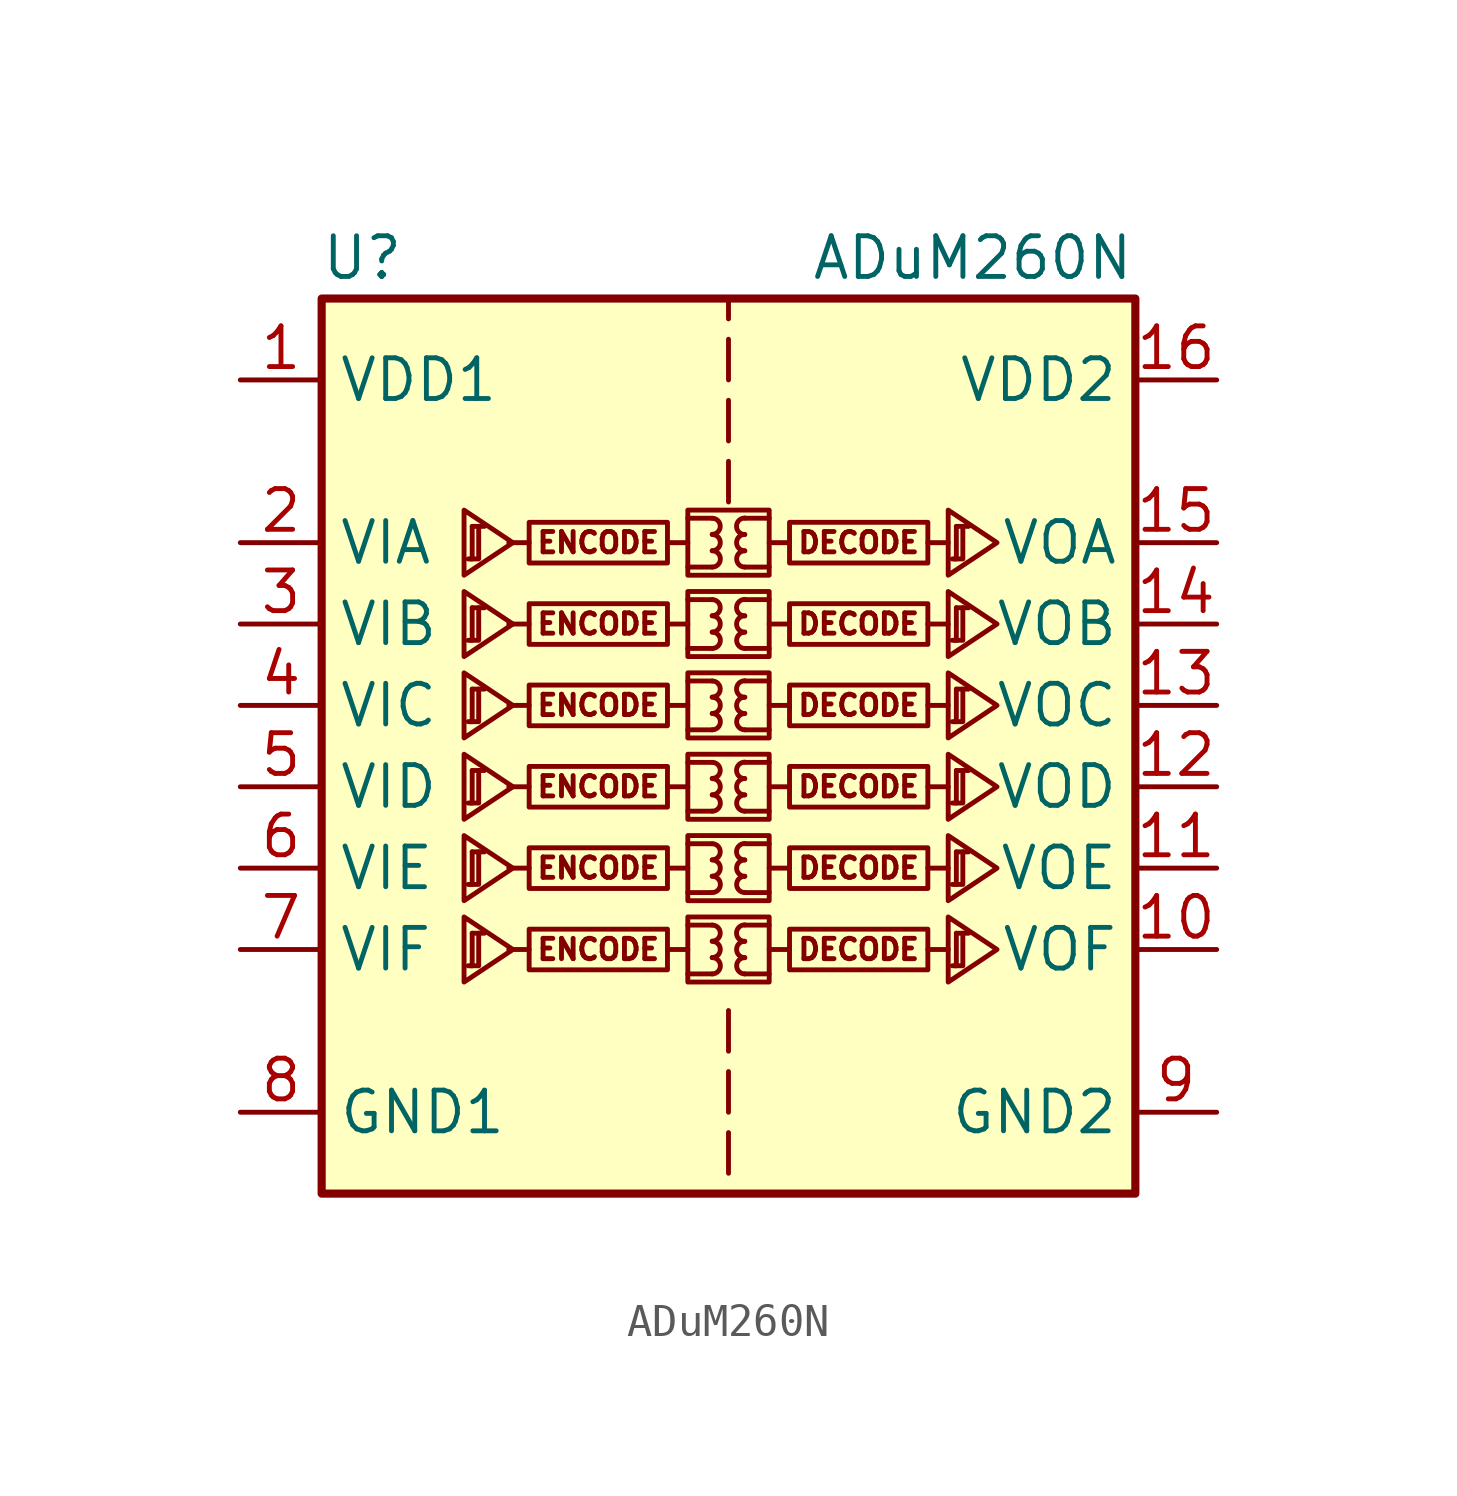
<source format=kicad_sym>
(kicad_symbol_lib
  (version 20200908)
  (generator kicad_symbol_editor)
  (symbol "Isolator:ADuM260N"
    (property "Reference" "U"
      (at -11.43 16.51 0)
      (effects (font (size 1.27 1.27))))
    (property "Value" "ADuM260N"
      (at 7.62 16.51 0)
      (effects (font (size 1.27 1.27))))
    (symbol "ADuM260N_1_0"
      (arc (start -0.508 -5.842) (end -0.508 -5.334) (radius (at -0.508 -5.588) (length 0.254) (angles -89.9 89.9)) (stroke (width 0)) (fill (type none)))
      (arc (start -0.508 -5.334) (end -0.508 -4.826) (radius (at -0.508 -5.08) (length 0.254) (angles -89.9 89.9)) (stroke (width 0)) (fill (type none)))
      (arc (start -0.508 -4.826) (end -0.508 -4.318) (radius (at -0.508 -4.572) (length 0.254) (angles -89.9 89.9)) (stroke (width 0)) (fill (type none)))
      (arc (start -0.508 -3.302) (end -0.508 -2.794) (radius (at -0.508 -3.048) (length 0.254) (angles -89.9 89.9)) (stroke (width 0)) (fill (type none)))
      (arc (start -0.508 -2.794) (end -0.508 -2.286) (radius (at -0.508 -2.54) (length 0.254) (angles -89.9 89.9)) (stroke (width 0)) (fill (type none)))
      (arc (start -0.508 -2.286) (end -0.508 -1.778) (radius (at -0.508 -2.032) (length 0.254) (angles -89.9 89.9)) (stroke (width 0)) (fill (type none)))
      (arc (start -0.508 -0.762) (end -0.508 -0.254) (radius (at -0.508 -0.508) (length 0.254) (angles -89.9 89.9)) (stroke (width 0)) (fill (type none)))
      (arc (start -0.508 -0.254) (end -0.508 0.254) (radius (at -0.508 0) (length 0.254) (angles -89.9 89.9)) (stroke (width 0)) (fill (type none)))
      (arc (start -0.508 0.254) (end -0.508 0.762) (radius (at -0.508 0.508) (length 0.254) (angles -89.9 89.9)) (stroke (width 0)) (fill (type none)))
      (arc (start -0.508 1.778) (end -0.508 2.286) (radius (at -0.508 2.032) (length 0.254) (angles -89.9 89.9)) (stroke (width 0)) (fill (type none)))
      (arc (start -0.508 2.286) (end -0.508 2.794) (radius (at -0.508 2.54) (length 0.254) (angles -89.9 89.9)) (stroke (width 0)) (fill (type none)))
      (arc (start -0.508 2.794) (end -0.508 3.302) (radius (at -0.508 3.048) (length 0.254) (angles -89.9 89.9)) (stroke (width 0)) (fill (type none)))
      (arc (start -0.508 4.318) (end -0.508 4.826) (radius (at -0.508 4.572) (length 0.254) (angles -89.9 89.9)) (stroke (width 0)) (fill (type none)))
      (arc (start -0.508 4.826) (end -0.508 5.334) (radius (at -0.508 5.08) (length 0.254) (angles -89.9 89.9)) (stroke (width 0)) (fill (type none)))
      (arc (start -0.508 5.334) (end -0.508 5.842) (radius (at -0.508 5.588) (length 0.254) (angles -89.9 89.9)) (stroke (width 0)) (fill (type none)))
      (arc (start -0.508 6.858) (end -0.508 7.366) (radius (at -0.508 7.112) (length 0.254) (angles -89.9 89.9)) (stroke (width 0)) (fill (type none)))
      (arc (start -0.508 7.366) (end -0.508 7.874) (radius (at -0.508 7.62) (length 0.254) (angles -89.9 89.9)) (stroke (width 0)) (fill (type none)))
      (arc (start -0.508 7.874) (end -0.508 8.382) (radius (at -0.508 8.128) (length 0.254) (angles -89.9 89.9)) (stroke (width 0)) (fill (type none)))
      (arc (start 0.508 -5.334) (end 0.508 -5.842) (radius (at 0.508 -5.588) (length 0.254) (angles 90.1 -90.1)) (stroke (width 0)) (fill (type none)))
      (arc (start 0.508 -4.826) (end 0.508 -5.334) (radius (at 0.508 -5.08) (length 0.254) (angles 90.1 -90.1)) (stroke (width 0)) (fill (type none)))
      (arc (start 0.508 -4.318) (end 0.508 -4.826) (radius (at 0.508 -4.572) (length 0.254) (angles 90.1 -90.1)) (stroke (width 0)) (fill (type none)))
      (arc (start 0.508 -2.794) (end 0.508 -3.302) (radius (at 0.508 -3.048) (length 0.254) (angles 90.1 -90.1)) (stroke (width 0)) (fill (type none)))
      (arc (start 0.508 -2.286) (end 0.508 -2.794) (radius (at 0.508 -2.54) (length 0.254) (angles 90.1 -90.1)) (stroke (width 0)) (fill (type none)))
      (arc (start 0.508 -1.778) (end 0.508 -2.286) (radius (at 0.508 -2.032) (length 0.254) (angles 90.1 -90.1)) (stroke (width 0)) (fill (type none)))
      (arc (start 0.508 -0.254) (end 0.508 -0.762) (radius (at 0.508 -0.508) (length 0.254) (angles 90.1 -90.1)) (stroke (width 0)) (fill (type none)))
      (arc (start 0.508 0.254) (end 0.508 -0.254) (radius (at 0.508 0) (length 0.254) (angles 90.1 -90.1)) (stroke (width 0)) (fill (type none)))
      (arc (start 0.508 0.762) (end 0.508 0.254) (radius (at 0.508 0.508) (length 0.254) (angles 90.1 -90.1)) (stroke (width 0)) (fill (type none)))
      (arc (start 0.508 2.286) (end 0.508 1.778) (radius (at 0.508 2.032) (length 0.254) (angles 90.1 -90.1)) (stroke (width 0)) (fill (type none)))
      (arc (start 0.508 2.794) (end 0.508 2.286) (radius (at 0.508 2.54) (length 0.254) (angles 90.1 -90.1)) (stroke (width 0)) (fill (type none)))
      (arc (start 0.508 3.302) (end 0.508 2.794) (radius (at 0.508 3.048) (length 0.254) (angles 90.1 -90.1)) (stroke (width 0)) (fill (type none)))
      (arc (start 0.508 4.826) (end 0.508 4.318) (radius (at 0.508 4.572) (length 0.254) (angles 90.1 -90.1)) (stroke (width 0)) (fill (type none)))
      (arc (start 0.508 5.334) (end 0.508 4.826) (radius (at 0.508 5.08) (length 0.254) (angles 90.1 -90.1)) (stroke (width 0)) (fill (type none)))
      (arc (start 0.508 5.842) (end 0.508 5.334) (radius (at 0.508 5.588) (length 0.254) (angles 90.1 -90.1)) (stroke (width 0)) (fill (type none)))
      (arc (start 0.508 7.366) (end 0.508 6.858) (radius (at 0.508 7.112) (length 0.254) (angles 90.1 -90.1)) (stroke (width 0)) (fill (type none)))
      (arc (start 0.508 7.874) (end 0.508 7.366) (radius (at 0.508 7.62) (length 0.254) (angles 90.1 -90.1)) (stroke (width 0)) (fill (type none)))
      (arc (start 0.508 8.382) (end 0.508 7.874) (radius (at 0.508 8.128) (length 0.254) (angles 90.1 -90.1)) (stroke (width 0)) (fill (type none)))
      (text "DECODE" (at 4.064 -5.08 0) (effects (font (size 0.635 0.635))))
      (text "DECODE" (at 4.064 -2.54 0) (effects (font (size 0.635 0.635))))
      (text "DECODE" (at 4.064 0 0) (effects (font (size 0.635 0.635))))
      (text "DECODE" (at 4.064 2.54 0) (effects (font (size 0.635 0.635))))
      (text "DECODE" (at 4.064 5.08 0) (effects (font (size 0.635 0.635))))
      (text "DECODE" (at 4.064 7.62 0) (effects (font (size 0.635 0.635))))
      (text "ENCODE" (at -4.064 -5.08 0) (effects (font (size 0.635 0.635))))
      (text "ENCODE" (at -4.064 -2.54 0) (effects (font (size 0.635 0.635))))
      (text "ENCODE" (at -4.064 0 0) (effects (font (size 0.635 0.635))))
      (text "ENCODE" (at -4.064 2.54 0) (effects (font (size 0.635 0.635))))
      (text "ENCODE" (at -4.064 5.08 0) (effects (font (size 0.635 0.635))))
      (text "ENCODE" (at -4.064 7.62 0) (effects (font (size 0.635 0.635))))
      (rectangle (start -1.27 -4.064) (end 1.27 -6.096) (stroke (width 0)) (fill (type none)))
      (rectangle (start -1.27 -1.524) (end 1.27 -3.556) (stroke (width 0)) (fill (type none)))
      (rectangle (start -1.27 1.016) (end 1.27 -1.016) (stroke (width 0)) (fill (type none)))
      (rectangle (start -1.27 3.556) (end 1.27 1.524) (stroke (width 0)) (fill (type none)))
      (rectangle (start -1.27 6.096) (end 1.27 4.064) (stroke (width 0)) (fill (type none)))
      (rectangle (start -1.27 8.636) (end 1.27 6.604) (stroke (width 0)) (fill (type none)))
      (rectangle (start 1.905 -4.445) (end 6.223 -5.715) (stroke (width 0)) (fill (type none)))
      (rectangle (start 1.905 -1.905) (end 6.223 -3.175) (stroke (width 0)) (fill (type none)))
      (rectangle (start 1.905 0.635) (end 6.223 -0.635) (stroke (width 0)) (fill (type none)))
      (rectangle (start 1.905 3.175) (end 6.223 1.905) (stroke (width 0)) (fill (type none)))
      (rectangle (start 1.905 5.715) (end 6.223 4.445) (stroke (width 0)) (fill (type none)))
      (rectangle (start 1.905 8.255) (end 6.223 6.985) (stroke (width 0)) (fill (type none)))
      (polyline (pts (xy -6.223 -5.08) (xy -6.858 -5.08)) (stroke (width 0)) (fill (type none)))
      (polyline (pts (xy -6.223 -2.54) (xy -6.858 -2.54)) (stroke (width 0)) (fill (type none)))
      (polyline (pts (xy -6.223 0) (xy -6.858 0)) (stroke (width 0)) (fill (type none)))
      (polyline (pts (xy -6.223 2.54) (xy -6.858 2.54)) (stroke (width 0)) (fill (type none)))
      (polyline (pts (xy -6.223 5.08) (xy -6.858 5.08)) (stroke (width 0)) (fill (type none)))
      (polyline (pts (xy -6.223 7.62) (xy -6.858 7.62)) (stroke (width 0)) (fill (type none)))
      (polyline (pts (xy -1.905 -5.08) (xy -1.27 -5.08)) (stroke (width 0)) (fill (type none)))
      (polyline (pts (xy -1.905 -2.54) (xy -1.27 -2.54)) (stroke (width 0)) (fill (type none)))
      (polyline (pts (xy -1.905 0) (xy -1.27 0)) (stroke (width 0)) (fill (type none)))
      (polyline (pts (xy -1.905 2.54) (xy -1.27 2.54)) (stroke (width 0)) (fill (type none)))
      (polyline (pts (xy -1.905 5.08) (xy -1.27 5.08)) (stroke (width 0)) (fill (type none)))
      (polyline (pts (xy -1.905 7.62) (xy -1.27 7.62)) (stroke (width 0)) (fill (type none)))
      (polyline (pts (xy -1.27 -5.842) (xy -0.508 -5.842)) (stroke (width 0)) (fill (type none)))
      (polyline (pts (xy -1.27 -4.318) (xy -0.508 -4.318)) (stroke (width 0)) (fill (type none)))
      (polyline (pts (xy -1.27 -3.302) (xy -0.508 -3.302)) (stroke (width 0)) (fill (type none)))
      (polyline (pts (xy -1.27 -1.778) (xy -0.508 -1.778)) (stroke (width 0)) (fill (type none)))
      (polyline (pts (xy -1.27 -0.762) (xy -0.508 -0.762)) (stroke (width 0)) (fill (type none)))
      (polyline (pts (xy -1.27 0.762) (xy -0.508 0.762)) (stroke (width 0)) (fill (type none)))
      (polyline (pts (xy -1.27 1.778) (xy -0.508 1.778)) (stroke (width 0)) (fill (type none)))
      (polyline (pts (xy -1.27 3.302) (xy -0.508 3.302)) (stroke (width 0)) (fill (type none)))
      (polyline (pts (xy -1.27 4.318) (xy -0.508 4.318)) (stroke (width 0)) (fill (type none)))
      (polyline (pts (xy -1.27 5.842) (xy -0.508 5.842)) (stroke (width 0)) (fill (type none)))
      (polyline (pts (xy -1.27 6.858) (xy -0.508 6.858)) (stroke (width 0)) (fill (type none)))
      (polyline (pts (xy -1.27 8.382) (xy -0.508 8.382)) (stroke (width 0)) (fill (type none)))
      (polyline (pts (xy 0 -10.795) (xy 0 -12.065)) (stroke (width 0)) (fill (type none)))
      (polyline (pts (xy 0 -8.89) (xy 0 -10.16)) (stroke (width 0)) (fill (type none)))
      (polyline (pts (xy 0 -6.985) (xy 0 -8.255)) (stroke (width 0)) (fill (type none)))
      (polyline (pts (xy 0 8.89) (xy 0 10.16)) (stroke (width 0)) (fill (type none)))
      (polyline (pts (xy 0 12.065) (xy 0 10.795)) (stroke (width 0)) (fill (type none)))
      (polyline (pts (xy 0 13.97) (xy 0 12.7)) (stroke (width 0)) (fill (type none)))
      (polyline (pts (xy 0 14.605) (xy 0 15.24)) (stroke (width 0)) (fill (type none)))
      (polyline (pts (xy 1.27 -5.842) (xy 0.508 -5.842)) (stroke (width 0)) (fill (type none)))
      (polyline (pts (xy 1.27 -4.318) (xy 0.508 -4.318)) (stroke (width 0)) (fill (type none)))
      (polyline (pts (xy 1.27 -3.302) (xy 0.508 -3.302)) (stroke (width 0)) (fill (type none)))
      (polyline (pts (xy 1.27 -1.778) (xy 0.508 -1.778)) (stroke (width 0)) (fill (type none)))
      (polyline (pts (xy 1.27 -0.762) (xy 0.508 -0.762)) (stroke (width 0)) (fill (type none)))
      (polyline (pts (xy 1.27 0.762) (xy 0.508 0.762)) (stroke (width 0)) (fill (type none)))
      (polyline (pts (xy 1.27 1.778) (xy 0.508 1.778)) (stroke (width 0)) (fill (type none)))
      (polyline (pts (xy 1.27 3.302) (xy 0.508 3.302)) (stroke (width 0)) (fill (type none)))
      (polyline (pts (xy 1.27 4.318) (xy 0.508 4.318)) (stroke (width 0)) (fill (type none)))
      (polyline (pts (xy 1.27 5.842) (xy 0.508 5.842)) (stroke (width 0)) (fill (type none)))
      (polyline (pts (xy 1.27 6.858) (xy 0.508 6.858)) (stroke (width 0)) (fill (type none)))
      (polyline (pts (xy 1.27 8.382) (xy 0.508 8.382)) (stroke (width 0)) (fill (type none)))
      (polyline (pts (xy 1.905 -5.08) (xy 1.27 -5.08)) (stroke (width 0)) (fill (type none)))
      (polyline (pts (xy 1.905 -2.54) (xy 1.27 -2.54)) (stroke (width 0)) (fill (type none)))
      (polyline (pts (xy 1.905 0) (xy 1.27 0)) (stroke (width 0)) (fill (type none)))
      (polyline (pts (xy 1.905 2.54) (xy 1.27 2.54)) (stroke (width 0)) (fill (type none)))
      (polyline (pts (xy 1.905 5.08) (xy 1.27 5.08)) (stroke (width 0)) (fill (type none)))
      (polyline (pts (xy 1.905 7.62) (xy 1.27 7.62)) (stroke (width 0)) (fill (type none)))
      (polyline (pts (xy 6.223 -5.08) (xy 6.858 -5.08)) (stroke (width 0)) (fill (type none)))
      (polyline (pts (xy 6.223 -2.54) (xy 6.858 -2.54)) (stroke (width 0)) (fill (type none)))
      (polyline (pts (xy 6.223 0) (xy 6.858 0)) (stroke (width 0)) (fill (type none)))
      (polyline (pts (xy 6.223 2.54) (xy 6.858 2.54)) (stroke (width 0)) (fill (type none)))
      (polyline (pts (xy 6.223 5.08) (xy 6.858 5.08)) (stroke (width 0)) (fill (type none)))
      (polyline (pts (xy 6.223 7.62) (xy 6.858 7.62)) (stroke (width 0)) (fill (type none))))
    (symbol "ADuM260N_1_1"
      (rectangle (start -12.7 15.24) (end 12.7 -12.7) (stroke (width 0.254)) (fill (type background)))
      (rectangle (start -1.905 -4.445) (end -6.223 -5.715) (stroke (width 0)) (fill (type none)))
      (rectangle (start -1.905 -1.905) (end -6.223 -3.175) (stroke (width 0)) (fill (type none)))
      (rectangle (start -1.905 0.635) (end -6.223 -0.635) (stroke (width 0)) (fill (type none)))
      (rectangle (start -1.905 3.175) (end -6.223 1.905) (stroke (width 0)) (fill (type none)))
      (rectangle (start -1.905 5.715) (end -6.223 4.445) (stroke (width 0)) (fill (type none)))
      (rectangle (start -1.905 8.255) (end -6.223 6.985) (stroke (width 0)) (fill (type none)))
      (polyline (pts (xy -8.001 -4.572) (xy -7.62 -4.572)) (stroke (width 0)) (fill (type none)))
      (polyline (pts (xy -8.001 -2.032) (xy -7.62 -2.032)) (stroke (width 0)) (fill (type none)))
      (polyline (pts (xy -8.001 0.508) (xy -7.62 0.508)) (stroke (width 0)) (fill (type none)))
      (polyline (pts (xy -8.001 3.048) (xy -7.62 3.048)) (stroke (width 0)) (fill (type none)))
      (polyline (pts (xy -8.001 5.588) (xy -7.62 5.588)) (stroke (width 0)) (fill (type none)))
      (polyline (pts (xy 7.112 -4.572) (xy 7.493 -4.572)) (stroke (width 0)) (fill (type none)))
      (polyline (pts (xy 7.112 -2.032) (xy 7.493 -2.032)) (stroke (width 0)) (fill (type none)))
      (polyline (pts (xy 7.112 0.508) (xy 7.493 0.508)) (stroke (width 0)) (fill (type none)))
      (polyline (pts (xy 7.112 3.048) (xy 7.493 3.048)) (stroke (width 0)) (fill (type none)))
      (polyline (pts (xy 7.112 5.588) (xy 7.493 5.588)) (stroke (width 0)) (fill (type none)))
      (polyline (pts (xy 7.112 8.128) (xy 7.493 8.128)) (stroke (width 0)) (fill (type none)))
      (polyline (pts (xy -8.052 -5.588) (xy -7.798 -5.588) (xy -7.798 -4.572)) (stroke (width 0)) (fill (type none)))
      (polyline (pts (xy -8.052 -3.048) (xy -7.798 -3.048) (xy -7.798 -2.032)) (stroke (width 0)) (fill (type none)))
      (polyline (pts (xy -8.052 -0.508) (xy -7.798 -0.508) (xy -7.798 0.508)) (stroke (width 0)) (fill (type none)))
      (polyline (pts (xy -8.052 2.032) (xy -7.798 2.032) (xy -7.798 3.048)) (stroke (width 0)) (fill (type none)))
      (polyline (pts (xy -8.052 4.572) (xy -7.798 4.572) (xy -7.798 5.588)) (stroke (width 0)) (fill (type none)))
      (polyline (pts (xy -8.001 -4.572) (xy -8.001 -5.588) (xy -8.128 -5.588)) (stroke (width 0)) (fill (type none)))
      (polyline (pts (xy -8.001 -2.032) (xy -8.001 -3.048) (xy -8.128 -3.048)) (stroke (width 0)) (fill (type none)))
      (polyline (pts (xy -8.001 0.508) (xy -8.001 -0.508) (xy -8.128 -0.508)) (stroke (width 0)) (fill (type none)))
      (polyline (pts (xy -8.001 3.048) (xy -8.001 2.032) (xy -8.128 2.032)) (stroke (width 0)) (fill (type none)))
      (polyline (pts (xy -8.001 5.588) (xy -8.001 4.572) (xy -8.128 4.572)) (stroke (width 0)) (fill (type none)))
      (polyline (pts (xy 7.061 -5.588) (xy 7.315 -5.588) (xy 7.315 -4.572)) (stroke (width 0)) (fill (type none)))
      (polyline (pts (xy 7.061 -3.048) (xy 7.315 -3.048) (xy 7.315 -2.032)) (stroke (width 0)) (fill (type none)))
      (polyline (pts (xy 7.061 -0.508) (xy 7.315 -0.508) (xy 7.315 0.508)) (stroke (width 0)) (fill (type none)))
      (polyline (pts (xy 7.061 2.032) (xy 7.315 2.032) (xy 7.315 3.048)) (stroke (width 0)) (fill (type none)))
      (polyline (pts (xy 7.061 4.572) (xy 7.315 4.572) (xy 7.315 5.588)) (stroke (width 0)) (fill (type none)))
      (polyline (pts (xy 7.061 7.112) (xy 7.315 7.112) (xy 7.315 8.128)) (stroke (width 0)) (fill (type none)))
      (polyline (pts (xy 7.112 -4.572) (xy 7.112 -5.588) (xy 6.985 -5.588)) (stroke (width 0)) (fill (type none)))
      (polyline (pts (xy 7.112 -2.032) (xy 7.112 -3.048) (xy 6.985 -3.048)) (stroke (width 0)) (fill (type none)))
      (polyline (pts (xy 7.112 0.508) (xy 7.112 -0.508) (xy 6.985 -0.508)) (stroke (width 0)) (fill (type none)))
      (polyline (pts (xy 7.112 3.048) (xy 7.112 2.032) (xy 6.985 2.032)) (stroke (width 0)) (fill (type none)))
      (polyline (pts (xy 7.112 5.588) (xy 7.112 4.572) (xy 6.985 4.572)) (stroke (width 0)) (fill (type none)))
      (polyline (pts (xy 7.112 8.128) (xy 7.112 7.112) (xy 6.985 7.112)) (stroke (width 0)) (fill (type none)))
      (polyline (pts (xy -6.731 -5.08) (xy -8.255 -4.064) (xy -8.255 -6.096) (xy -6.731 -5.08)) (stroke (width 0)) (fill (type none)))
      (polyline (pts (xy -6.731 -2.54) (xy -8.255 -1.524) (xy -8.255 -3.556) (xy -6.731 -2.54)) (stroke (width 0)) (fill (type none)))
      (polyline (pts (xy -6.731 0) (xy -8.255 1.016) (xy -8.255 -1.016) (xy -6.731 0)) (stroke (width 0)) (fill (type none)))
      (polyline (pts (xy -6.731 2.54) (xy -8.255 3.556) (xy -8.255 1.524) (xy -6.731 2.54)) (stroke (width 0)) (fill (type none)))
      (polyline (pts (xy -6.731 5.08) (xy -8.255 6.096) (xy -8.255 4.064) (xy -6.731 5.08)) (stroke (width 0)) (fill (type none)))
      (polyline (pts (xy 8.382 -5.08) (xy 6.858 -4.064) (xy 6.858 -6.096) (xy 8.382 -5.08)) (stroke (width 0)) (fill (type none)))
      (polyline (pts (xy 8.382 -2.54) (xy 6.858 -1.524) (xy 6.858 -3.556) (xy 8.382 -2.54)) (stroke (width 0)) (fill (type none)))
      (polyline (pts (xy 8.382 0) (xy 6.858 1.016) (xy 6.858 -1.016) (xy 8.382 0)) (stroke (width 0)) (fill (type none)))
      (polyline (pts (xy 8.382 2.54) (xy 6.858 3.556) (xy 6.858 1.524) (xy 8.382 2.54)) (stroke (width 0)) (fill (type none)))
      (polyline (pts (xy 8.382 5.08) (xy 6.858 6.096) (xy 6.858 4.064) (xy 8.382 5.08)) (stroke (width 0)) (fill (type none)))
      (polyline (pts (xy 8.382 7.62) (xy 6.858 8.636) (xy 6.858 6.604) (xy 8.382 7.62)) (stroke (width 0)) (fill (type none)))
      (pin power_in line (at -15.24 12.7 0) (length 2.54) (name "VDD1" (effects (font (size 1.27 1.27)))) (number "1" (effects (font (size 1.27 1.27)))))
      (pin output line (at 15.24 -5.08 180) (length 2.54) (name "VOF" (effects (font (size 1.27 1.27)))) (number "10" (effects (font (size 1.27 1.27)))))
      (pin output line (at 15.24 -2.54 180) (length 2.54) (name "VOE" (effects (font (size 1.27 1.27)))) (number "11" (effects (font (size 1.27 1.27)))))
      (pin output line (at 15.24 0 180) (length 2.54) (name "VOD" (effects (font (size 1.27 1.27)))) (number "12" (effects (font (size 1.27 1.27)))))
      (pin output line (at 15.24 2.54 180) (length 2.54) (name "VOC" (effects (font (size 1.27 1.27)))) (number "13" (effects (font (size 1.27 1.27)))))
      (pin output line (at 15.24 5.08 180) (length 2.54) (name "VOB" (effects (font (size 1.27 1.27)))) (number "14" (effects (font (size 1.27 1.27)))))
      (pin output line (at 15.24 7.62 180) (length 2.54) (name "VOA" (effects (font (size 1.27 1.27)))) (number "15" (effects (font (size 1.27 1.27)))))
      (pin power_in line (at 15.24 12.7 180) (length 2.54) (name "VDD2" (effects (font (size 1.27 1.27)))) (number "16" (effects (font (size 1.27 1.27)))))
      (pin input line (at -15.24 7.62 0) (length 2.54) (name "VIA" (effects (font (size 1.27 1.27)))) (number "2" (effects (font (size 1.27 1.27)))))
      (pin input line (at -15.24 5.08 0) (length 2.54) (name "VIB" (effects (font (size 1.27 1.27)))) (number "3" (effects (font (size 1.27 1.27)))))
      (pin input line (at -15.24 2.54 0) (length 2.54) (name "VIC" (effects (font (size 1.27 1.27)))) (number "4" (effects (font (size 1.27 1.27)))))
      (pin input line (at -15.24 0 0) (length 2.54) (name "VID" (effects (font (size 1.27 1.27)))) (number "5" (effects (font (size 1.27 1.27)))))
      (pin input line (at -15.24 -2.54 0) (length 2.54) (name "VIE" (effects (font (size 1.27 1.27)))) (number "6" (effects (font (size 1.27 1.27)))))
      (pin input line (at -15.24 -5.08 0) (length 2.54) (name "VIF" (effects (font (size 1.27 1.27)))) (number "7" (effects (font (size 1.27 1.27)))))
      (pin power_in line (at -15.24 -10.16 0) (length 2.54) (name "GND1" (effects (font (size 1.27 1.27)))) (number "8" (effects (font (size 1.27 1.27)))))
      (pin power_in line (at 15.24 -10.16 180) (length 2.54) (name "GND2" (effects (font (size 1.27 1.27)))) (number "9" (effects (font (size 1.27 1.27))))))
    (symbol "ADuM260N_0_1"
      (polyline (pts (xy -8.001 8.128) (xy -7.62 8.128)) (stroke (width 0)) (fill (type none)))
      (polyline (pts (xy -8.052 7.112) (xy -7.798 7.112) (xy -7.798 8.128)) (stroke (width 0)) (fill (type none)))
      (polyline (pts (xy -8.001 8.128) (xy -8.001 7.112) (xy -8.128 7.112)) (stroke (width 0)) (fill (type none)))
      (polyline (pts (xy -6.731 7.62) (xy -8.255 8.636) (xy -8.255 6.604) (xy -6.731 7.62)) (stroke (width 0)) (fill (type none))))))
</source>
